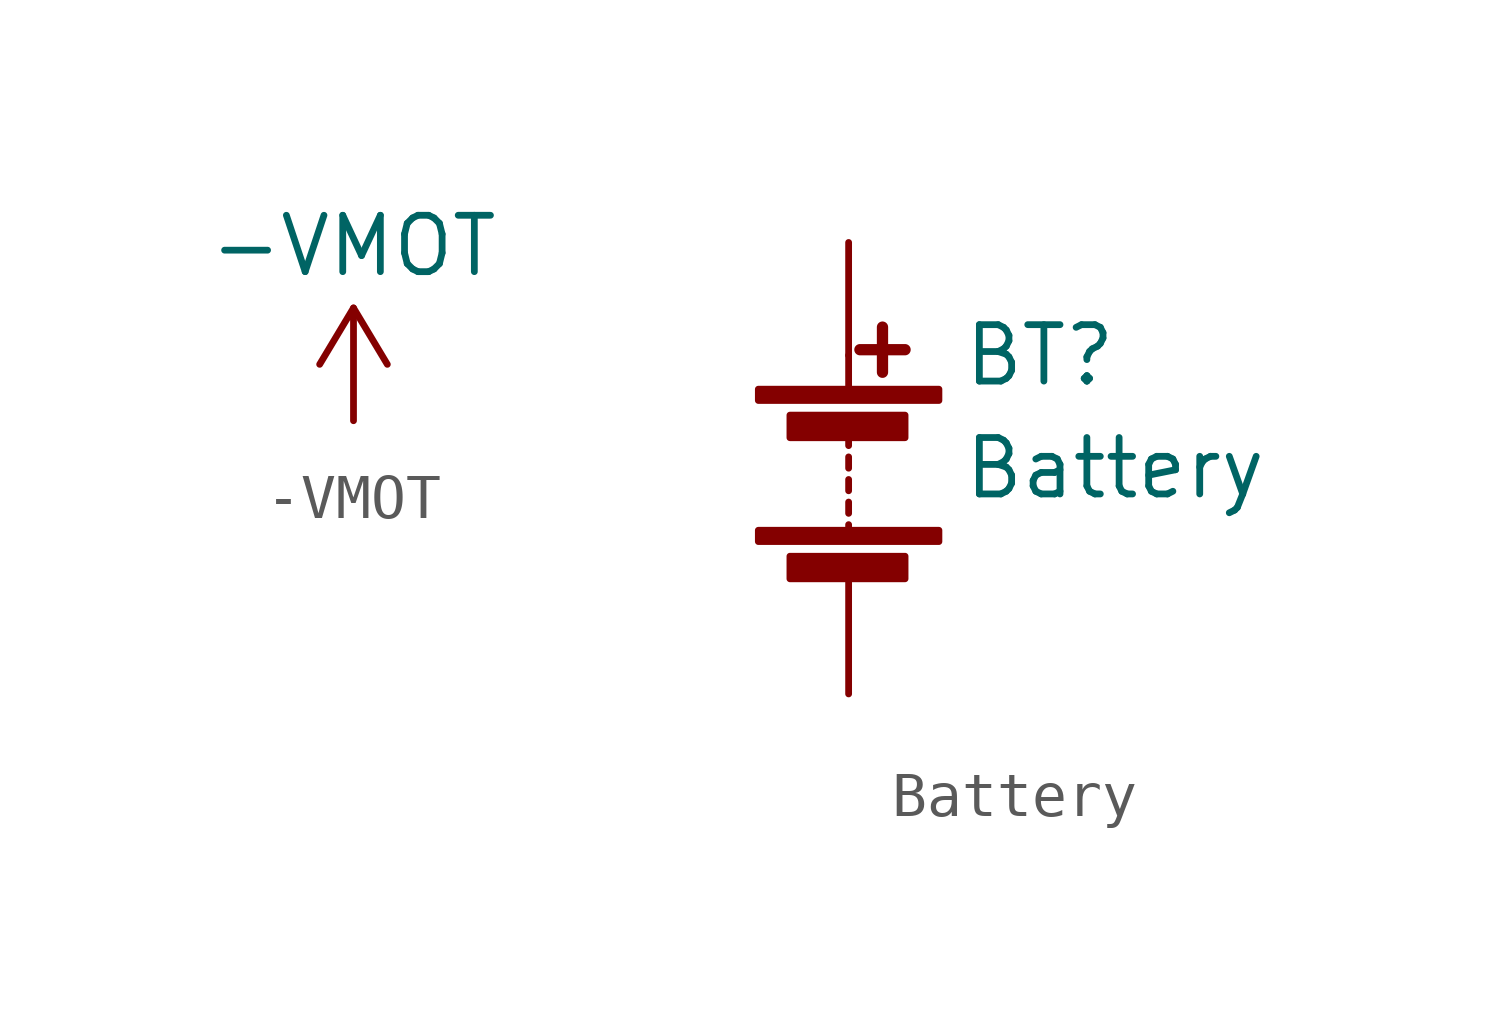
<source format=kicad_sym>
(kicad_symbol_lib
  (version 20220914)
  (generator kicad_symbol_editor)
  (symbol "-VMOT"
    (power)
    (property "Reference" "#PWR"
      (at 0 0 0)
      (effects (font (size 1.27 1.27)) hide))
    (property "Value" "-VMOT"
      (at 0 3.937 0)
      (effects (font (size 1.27 1.27))))
    (symbol "-VMOT_0_1"
      (polyline (pts (xy 0 2.54) (xy 0.762 1.27)) (stroke (width 0) (type default)) (fill (type none)))
      (polyline (pts (xy 0 0) (xy 0 2.54) (xy -0.762 1.27)) (stroke (width 0) (type default)) (fill (type none))))
    (symbol "-VMOT_1_1"
      (pin power_in line (at 0 0 90) (length 0) hide (name "+VMOT" (effects (font (size 1.27 1.27)))) (number "1" (effects (font (size 1.27 1.27)))))))
  (symbol "Battery"
    (pin_numbers hide)
    (pin_names
      (offset 0) hide)
    (property "Reference" "BT"
      (at 2.54 2.54 0)
      (effects (font (size 1.27 1.27)) (justify left)))
    (property "Value" "Battery"
      (at 2.54 0 0)
      (effects (font (size 1.27 1.27)) (justify left)))
    (symbol "Battery_0_1"
      (rectangle (start -2.032 -1.397) (end 2.032 -1.651) (stroke (width 0) (type default)) (fill (type outline)))
      (rectangle (start -2.032 1.778) (end 2.032 1.524) (stroke (width 0) (type default)) (fill (type outline)))
      (rectangle (start -1.321 -1.981) (end 1.27 -2.489) (stroke (width 0) (type default)) (fill (type outline)))
      (rectangle (start -1.321 1.194) (end 1.27 0.686) (stroke (width 0) (type default)) (fill (type outline)))
      (polyline (pts (xy 0 -1.524) (xy 0 -1.27)) (stroke (width 0) (type default)) (fill (type none)))
      (polyline (pts (xy 0 -1.016) (xy 0 -0.762)) (stroke (width 0) (type default)) (fill (type none)))
      (polyline (pts (xy 0 -0.508) (xy 0 -0.254)) (stroke (width 0) (type default)) (fill (type none)))
      (polyline (pts (xy 0 0) (xy 0 0.254)) (stroke (width 0) (type default)) (fill (type none)))
      (polyline (pts (xy 0 0.508) (xy 0 0.762)) (stroke (width 0) (type default)) (fill (type none)))
      (polyline (pts (xy 0 1.778) (xy 0 2.54)) (stroke (width 0) (type default)) (fill (type none)))
      (polyline (pts (xy 0.254 2.667) (xy 1.27 2.667)) (stroke (width 0.254) (type default)) (fill (type none)))
      (polyline (pts (xy 0.762 3.175) (xy 0.762 2.159)) (stroke (width 0.254) (type default)) (fill (type none))))
    (symbol "Battery_1_1"
      (pin passive line (at 0 -5.08 90) (length 2.54) (name "-" (effects (font (size 1.27 1.27)))) (number "1" (effects (font (size 1.27 1.27)))))
      (pin passive line (at 0 5.08 270) (length 2.54) (name "+" (effects (font (size 1.27 1.27)))) (number "2" (effects (font (size 1.27 1.27))))))))
</source>
